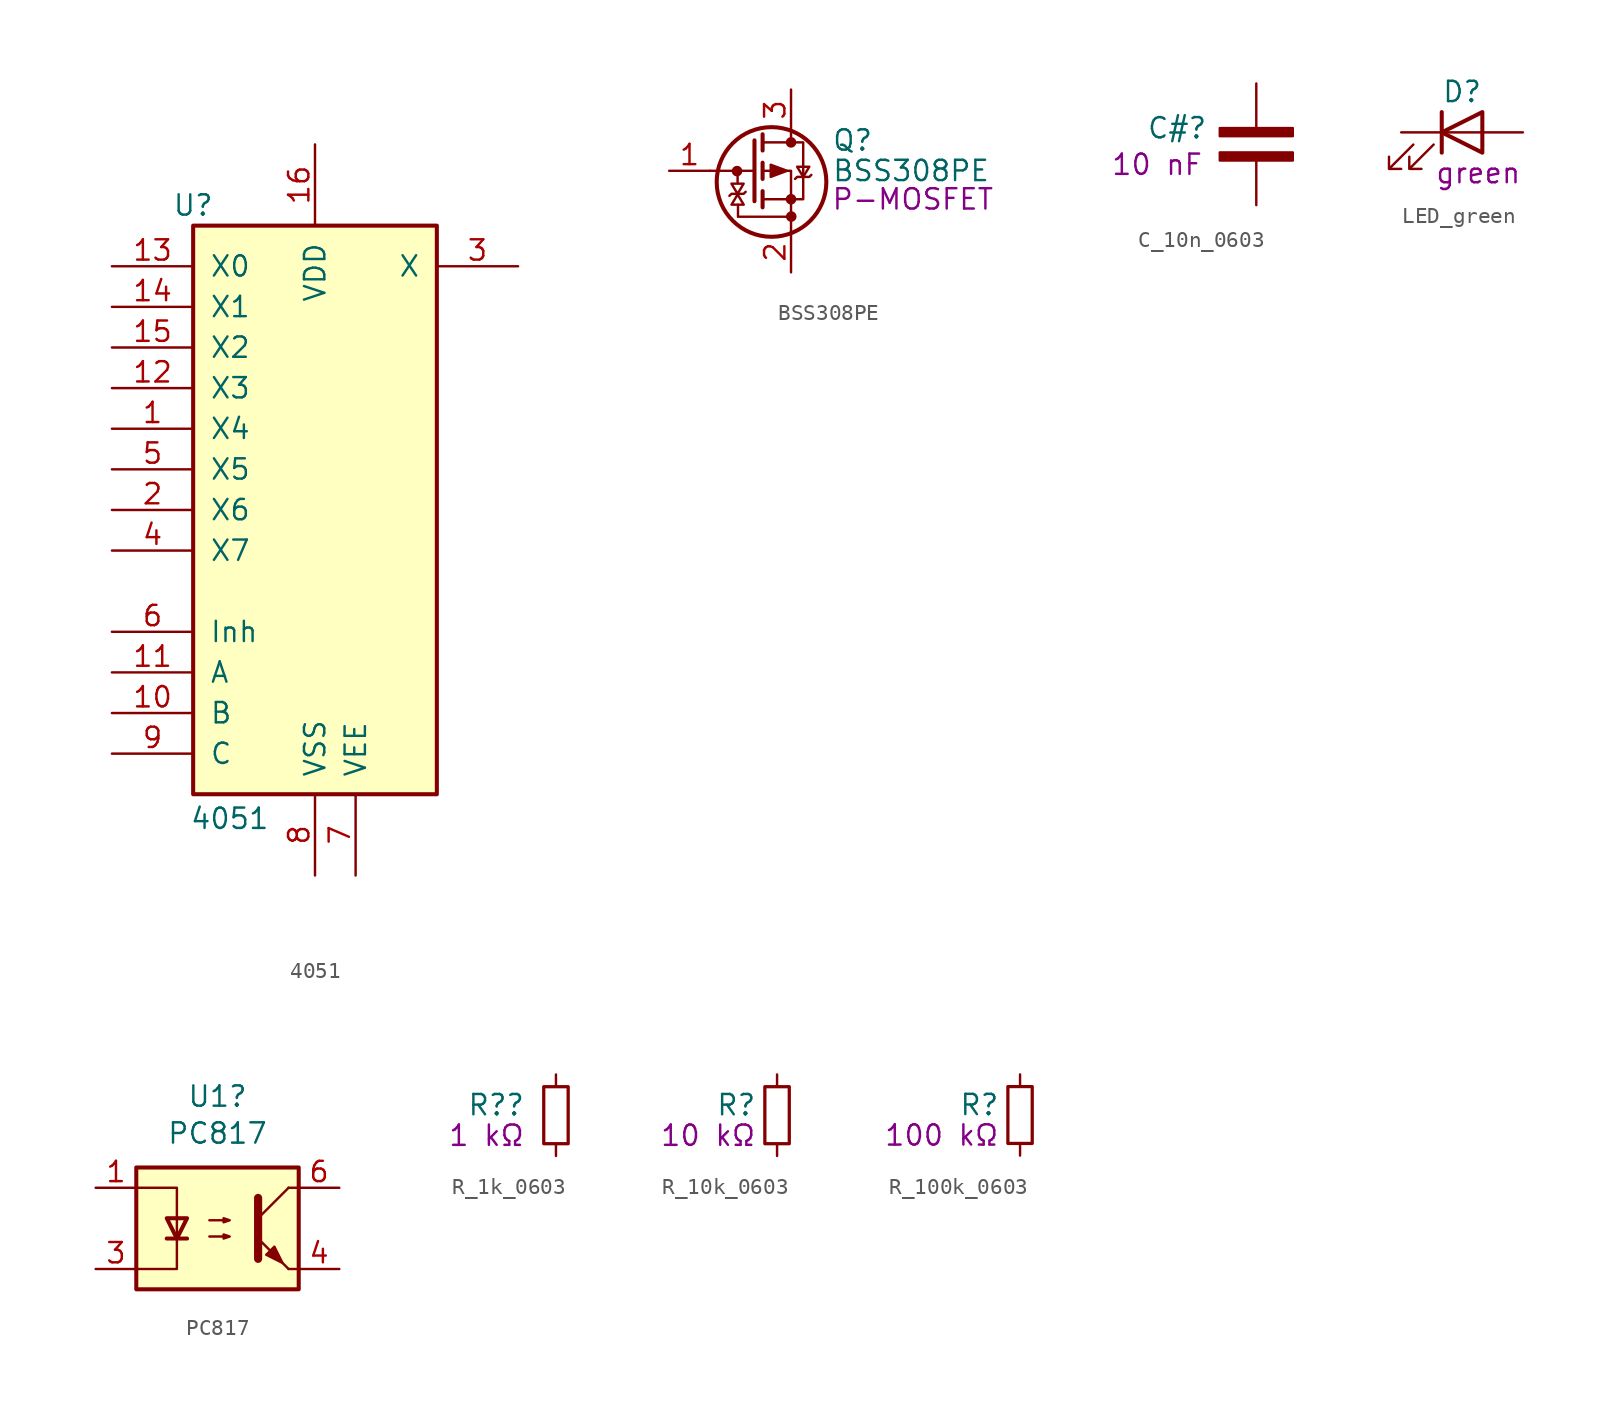
<source format=kicad_sym>
(kicad_symbol_lib
  (version 20220914)
  (generator kicad_symbol_editor)
  (symbol "4051"
    (pin_names
      (offset 1.016))
    (property "Reference" "U"
      (at -7.62 19.05 0)
      (effects (font (size 1.27 1.27))))
    (property "Value" "4051"
      (at -5.334 -19.304 0)
      (effects (font (size 1.27 1.27))))
    (symbol "4051_1_0"
      (pin passive line (at -12.7 5.08 0) (length 5.08) (name "X4" (effects (font (size 1.27 1.27)))) (number "1" (effects (font (size 1.27 1.27)))))
      (pin input line (at -12.7 -12.7 0) (length 5.08) (name "B" (effects (font (size 1.27 1.27)))) (number "10" (effects (font (size 1.27 1.27)))))
      (pin input line (at -12.7 -10.16 0) (length 5.08) (name "A" (effects (font (size 1.27 1.27)))) (number "11" (effects (font (size 1.27 1.27)))))
      (pin passive line (at -12.7 7.62 0) (length 5.08) (name "X3" (effects (font (size 1.27 1.27)))) (number "12" (effects (font (size 1.27 1.27)))))
      (pin passive line (at -12.7 15.24 0) (length 5.08) (name "X0" (effects (font (size 1.27 1.27)))) (number "13" (effects (font (size 1.27 1.27)))))
      (pin passive line (at -12.7 12.7 0) (length 5.08) (name "X1" (effects (font (size 1.27 1.27)))) (number "14" (effects (font (size 1.27 1.27)))))
      (pin passive line (at -12.7 10.16 0) (length 5.08) (name "X2" (effects (font (size 1.27 1.27)))) (number "15" (effects (font (size 1.27 1.27)))))
      (pin power_in line (at 0 22.86 270) (length 5.08) (name "VDD" (effects (font (size 1.27 1.27)))) (number "16" (effects (font (size 1.27 1.27)))))
      (pin passive line (at -12.7 0 0) (length 5.08) (name "X6" (effects (font (size 1.27 1.27)))) (number "2" (effects (font (size 1.27 1.27)))))
      (pin passive line (at 12.7 15.24 180) (length 5.08) (name "X" (effects (font (size 1.27 1.27)))) (number "3" (effects (font (size 1.27 1.27)))))
      (pin passive line (at -12.7 -2.54 0) (length 5.08) (name "X7" (effects (font (size 1.27 1.27)))) (number "4" (effects (font (size 1.27 1.27)))))
      (pin passive line (at -12.7 2.54 0) (length 5.08) (name "X5" (effects (font (size 1.27 1.27)))) (number "5" (effects (font (size 1.27 1.27)))))
      (pin input line (at -12.7 -7.62 0) (length 5.08) (name "Inh" (effects (font (size 1.27 1.27)))) (number "6" (effects (font (size 1.27 1.27)))))
      (pin power_in line (at 2.54 -22.86 90) (length 5.08) (name "VEE" (effects (font (size 1.27 1.27)))) (number "7" (effects (font (size 1.27 1.27)))))
      (pin power_in line (at 0 -22.86 90) (length 5.08) (name "VSS" (effects (font (size 1.27 1.27)))) (number "8" (effects (font (size 1.27 1.27)))))
      (pin input line (at -12.7 -15.24 0) (length 5.08) (name "C" (effects (font (size 1.27 1.27)))) (number "9" (effects (font (size 1.27 1.27))))))
    (symbol "4051_1_1"
      (rectangle (start -7.62 17.78) (end 7.62 -17.78) (stroke (width 0.254) (type default)) (fill (type background)))))
  (symbol "BSS308PE"
    (pin_names hide)
    (property "Reference" "Q"
      (at 5.08 1.905 0)
      (effects (font (size 1.27 1.27)) (justify left)))
    (property "Value" "BSS308PE"
      (at 5.08 0 0)
      (effects (font (size 1.27 1.27)) (justify left)))
    (property "Display" "P-MOSFET"
      (at 10.16 -1.778 0)
      (effects (font (size 1.27 1.27))))
    (symbol "BSS308PE_0_1"
      (circle (center -0.838 -0.018) (radius 0.254) (stroke (width 0) (type default)) (fill (type outline)))
      (polyline (pts (xy -0.801 -0.042) (xy -0.801 -0.738)) (stroke (width 0) (type default)) (fill (type none)))
      (polyline (pts (xy -0.777 -2.129) (xy -0.777 -2.824)) (stroke (width 0) (type default)) (fill (type none)))
      (polyline (pts (xy 0.254 0) (xy -2.54 0)) (stroke (width 0) (type default)) (fill (type none)))
      (polyline (pts (xy 0.254 1.905) (xy 0.254 -1.905)) (stroke (width 0.254) (type default)) (fill (type none)))
      (polyline (pts (xy 0.762 -1.27) (xy 0.762 -2.286)) (stroke (width 0.254) (type default)) (fill (type none)))
      (polyline (pts (xy 0.762 0.508) (xy 0.762 -0.508)) (stroke (width 0.254) (type default)) (fill (type none)))
      (polyline (pts (xy 0.762 2.286) (xy 0.762 1.27)) (stroke (width 0.254) (type default)) (fill (type none)))
      (polyline (pts (xy 2.494 -2.873) (xy -0.777 -2.873)) (stroke (width 0) (type default)) (fill (type none)))
      (polyline (pts (xy 2.54 2.54) (xy 2.54 1.778)) (stroke (width 0) (type default)) (fill (type none)))
      (polyline (pts (xy 2.54 -3.81) (xy 2.54 0) (xy 0.762 0)) (stroke (width 0) (type default)) (fill (type none)))
      (polyline (pts (xy -1.313 -1.567) (xy -1.187 -1.44) (xy -0.424 -1.44) (xy -0.297 -1.313)) (stroke (width 0) (type default)) (fill (type none)))
      (polyline (pts (xy -0.805 -1.44) (xy -1.187 -0.805) (xy -0.424 -0.805) (xy -0.805 -1.44)) (stroke (width 0) (type default)) (fill (type none)))
      (polyline (pts (xy -0.801 -1.482) (xy -1.182 -2.117) (xy -0.42 -2.117) (xy -0.801 -1.482)) (stroke (width 0) (type default)) (fill (type none)))
      (polyline (pts (xy 0.762 1.778) (xy 3.302 1.778) (xy 3.302 -1.778) (xy 0.762 -1.778)) (stroke (width 0) (type default)) (fill (type none)))
      (polyline (pts (xy 2.286 0) (xy 1.27 0.381) (xy 1.27 -0.381) (xy 2.286 0)) (stroke (width 0) (type default)) (fill (type outline)))
      (polyline (pts (xy 2.794 -0.508) (xy 2.921 -0.381) (xy 3.683 -0.381) (xy 3.81 -0.254)) (stroke (width 0) (type default)) (fill (type none)))
      (polyline (pts (xy 3.302 -0.381) (xy 2.921 0.254) (xy 3.683 0.254) (xy 3.302 -0.381)) (stroke (width 0) (type default)) (fill (type none)))
      (circle (center 1.32 -0.698) (radius 3.429) (stroke (width 0.254) (type default)) (fill (type none)))
      (circle (center 2.54 -1.778) (radius 0.254) (stroke (width 0) (type default)) (fill (type outline)))
      (circle (center 2.54 1.778) (radius 0.254) (stroke (width 0) (type default)) (fill (type outline)))
      (circle (center 2.554 -2.861) (radius 0.254) (stroke (width 0) (type default)) (fill (type outline))))
    (symbol "BSS308PE_1_1"
      (pin input line (at -5.08 0 0) (length 2.54) (name "G" (effects (font (size 1.27 1.27)))) (number "1" (effects (font (size 1.27 1.27)))))
      (pin passive line (at 2.54 -6.35 90) (length 2.54) (name "S" (effects (font (size 1.27 1.27)))) (number "2" (effects (font (size 1.27 1.27)))))
      (pin passive line (at 2.54 -5.08 90) (length 2.54) hide (name "S" (effects (font (size 1.27 1.27)))) (number "2" (effects (font (size 1.27 1.27)))))
      (pin passive line (at 2.54 5.08 270) (length 2.54) (name "D" (effects (font (size 1.27 1.27)))) (number "3" (effects (font (size 1.27 1.27)))))
      (pin passive line (at 2.54 -5.08 90) (length 2.54) hide (name "S" (effects (font (size 1.27 1.27)))) (number "3" (effects (font (size 1.27 1.27)))))))
  (symbol "C_10n_0603"
    (pin_numbers hide)
    (pin_names
      (offset 0.254))
    (property "Reference" "C#"
      (at -3.048 1.016 0)
      (effects (font (size 1.27 1.27)) (justify right)))
    (property "Display" "10 nF"
      (at -3.302 -1.27 0)
      (effects (font (size 1.27 1.27)) (justify right)))
    (symbol "C_10n_0603_0_1"
      (rectangle (start 2.286 -0.508) (end -2.286 -1.016) (stroke (width 0) (type default)) (fill (type outline)))
      (rectangle (start 2.286 1.016) (end -2.286 0.508) (stroke (width 0) (type default)) (fill (type outline))))
    (symbol "C_10n_0603_1_1"
      (pin passive line (at 0 3.81 270) (length 2.794) (name "~" (effects (font (size 1.27 1.27)))) (number "1" (effects (font (size 1.27 1.27)))))
      (pin passive line (at 0 -3.81 90) (length 2.794) (name "~" (effects (font (size 1.27 1.27)))) (number "2" (effects (font (size 1.27 1.27)))))))
  (symbol "LED_green"
    (pin_numbers hide)
    (pin_names
      (offset 1.016) hide)
    (property "Reference" "D"
      (at 0 2.54 0)
      (effects (font (size 1.27 1.27))))
    (property "Display" "green"
      (at 1.016 -2.54 0)
      (effects (font (size 1.27 1.27))))
    (symbol "LED_green_0_1"
      (polyline (pts (xy -1.27 -1.27) (xy -1.27 1.27)) (stroke (width 0.254) (type default)) (fill (type none)))
      (polyline (pts (xy -1.27 0) (xy 1.27 0)) (stroke (width 0) (type default)) (fill (type none)))
      (polyline (pts (xy 1.27 -1.27) (xy 1.27 1.27) (xy -1.27 0) (xy 1.27 -1.27)) (stroke (width 0.254) (type default)) (fill (type none)))
      (polyline (pts (xy -3.048 -0.762) (xy -4.572 -2.286) (xy -3.81 -2.286) (xy -4.572 -2.286) (xy -4.572 -1.524)) (stroke (width 0) (type default)) (fill (type none)))
      (polyline (pts (xy -1.778 -0.762) (xy -3.302 -2.286) (xy -2.54 -2.286) (xy -3.302 -2.286) (xy -3.302 -1.524)) (stroke (width 0) (type default)) (fill (type none))))
    (symbol "LED_green_1_1"
      (pin passive line (at -3.81 0 0) (length 2.54) (name "K" (effects (font (size 1.27 1.27)))) (number "1" (effects (font (size 1.27 1.27)))))
      (pin passive line (at 3.81 0 180) (length 2.54) (name "A" (effects (font (size 1.27 1.27)))) (number "2" (effects (font (size 1.27 1.27)))))))
  (symbol "PC817"
    (pin_names
      (offset 1.016))
    (property "Reference" "U1"
      (at 0 8.255 0)
      (effects (font (size 1.27 1.27))))
    (property "Value" "PC817"
      (at 0 5.944 0)
      (effects (font (size 1.27 1.27))))
    (symbol "PC817_0_1"
      (rectangle (start -5.08 3.81) (end 5.08 -3.81) (stroke (width 0.254) (type default)) (fill (type background)))
      (polyline (pts (xy -3.175 -0.635) (xy -1.905 -0.635)) (stroke (width 0.254) (type default)) (fill (type none)))
      (polyline (pts (xy 2.54 0.635) (xy 4.445 2.54)) (stroke (width 0) (type default)) (fill (type none)))
      (polyline (pts (xy 4.445 -2.54) (xy 2.54 -0.635)) (stroke (width 0) (type default)) (fill (type outline)))
      (polyline (pts (xy 4.445 -2.54) (xy 5.08 -2.54)) (stroke (width 0) (type default)) (fill (type none)))
      (polyline (pts (xy 4.445 2.54) (xy 5.08 2.54)) (stroke (width 0) (type default)) (fill (type none)))
      (polyline (pts (xy -5.08 2.54) (xy -2.54 2.54) (xy -2.54 -0.635)) (stroke (width 0) (type default)) (fill (type none)))
      (polyline (pts (xy -2.54 -0.635) (xy -2.54 -2.54) (xy -5.08 -2.54)) (stroke (width 0) (type default)) (fill (type none)))
      (polyline (pts (xy 2.54 1.905) (xy 2.54 -1.905) (xy 2.54 -1.905)) (stroke (width 0.508) (type default)) (fill (type none)))
      (polyline (pts (xy -2.54 -0.635) (xy -3.175 0.635) (xy -1.905 0.635) (xy -2.54 -0.635)) (stroke (width 0.254) (type default)) (fill (type none)))
      (polyline (pts (xy -0.508 -0.508) (xy 0.762 -0.508) (xy 0.381 -0.635) (xy 0.381 -0.381) (xy 0.762 -0.508)) (stroke (width 0) (type default)) (fill (type none)))
      (polyline (pts (xy -0.508 0.508) (xy 0.762 0.508) (xy 0.381 0.381) (xy 0.381 0.635) (xy 0.762 0.508)) (stroke (width 0) (type default)) (fill (type none)))
      (polyline (pts (xy 3.048 -1.651) (xy 3.556 -1.143) (xy 4.064 -2.159) (xy 3.048 -1.651) (xy 3.048 -1.651)) (stroke (width 0) (type default)) (fill (type outline))))
    (symbol "PC817_1_1"
      (pin passive line (at -7.62 2.54 0) (length 2.54) (name "~" (effects (font (size 1.27 1.27)))) (number "1" (effects (font (size 1.27 1.27)))))
      (pin passive line (at -7.62 -2.54 0) (length 2.54) (name "~" (effects (font (size 1.27 1.27)))) (number "3" (effects (font (size 1.27 1.27)))))
      (pin passive line (at 7.62 -2.54 180) (length 2.54) (name "~" (effects (font (size 1.27 1.27)))) (number "4" (effects (font (size 1.27 1.27)))))
      (pin passive line (at 7.62 2.54 180) (length 2.54) (name "~" (effects (font (size 1.27 1.27)))) (number "6" (effects (font (size 1.27 1.27)))))))
  (symbol "R_1k_0603"
    (pin_numbers hide)
    (pin_names
      (offset 0.254) hide)
    (property "Reference" "R?"
      (at -1.905 0.635 0)
      (effects (font (size 1.27 1.27)) (justify right)))
    (property "Display" "1 kΩ"
      (at -1.905 -1.27 0)
      (effects (font (size 1.27 1.27)) (justify right)))
    (symbol "R_1k_0603_0_1"
      (rectangle (start -0.762 1.778) (end 0.762 -1.778) (stroke (width 0.203) (type default)) (fill (type none))))
    (symbol "R_1k_0603_1_1"
      (pin passive line (at 0 2.54 270) (length 0.762) (name "~" (effects (font (size 1.27 1.27)))) (number "1" (effects (font (size 1.27 1.27)))))
      (pin passive line (at 0 -2.54 90) (length 0.762) (name "~" (effects (font (size 1.27 1.27)))) (number "2" (effects (font (size 1.27 1.27)))))))
  (symbol "R_10k_0603"
    (pin_numbers hide)
    (pin_names
      (offset 0.254) hide)
    (property "Reference" "R"
      (at -1.27 0.635 0)
      (effects (font (size 1.27 1.27)) (justify right)))
    (property "Display" "10 kΩ"
      (at -1.27 -1.27 0)
      (effects (font (size 1.27 1.27)) (justify right)))
    (symbol "R_10k_0603_0_1"
      (rectangle (start -0.762 1.778) (end 0.762 -1.778) (stroke (width 0.203) (type default)) (fill (type none))))
    (symbol "R_10k_0603_1_1"
      (pin passive line (at 0 2.54 270) (length 0.762) (name "~" (effects (font (size 1.27 1.27)))) (number "1" (effects (font (size 1.27 1.27)))))
      (pin passive line (at 0 -2.54 90) (length 0.762) (name "~" (effects (font (size 1.27 1.27)))) (number "2" (effects (font (size 1.27 1.27)))))))
  (symbol "R_100k_0603"
    (pin_numbers hide)
    (pin_names
      (offset 0.254) hide)
    (property "Reference" "R"
      (at -1.27 0.635 0)
      (effects (font (size 1.27 1.27)) (justify right)))
    (property "Display" "100 kΩ"
      (at -1.27 -1.27 0)
      (effects (font (size 1.27 1.27)) (justify right)))
    (symbol "R_100k_0603_0_1"
      (rectangle (start -0.762 1.778) (end 0.762 -1.778) (stroke (width 0.203) (type default)) (fill (type none))))
    (symbol "R_100k_0603_1_1"
      (pin passive line (at 0 2.54 270) (length 0.762) (name "~" (effects (font (size 1.27 1.27)))) (number "1" (effects (font (size 1.27 1.27)))))
      (pin passive line (at 0 -2.54 90) (length 0.762) (name "~" (effects (font (size 1.27 1.27)))) (number "2" (effects (font (size 1.27 1.27))))))))
</source>
